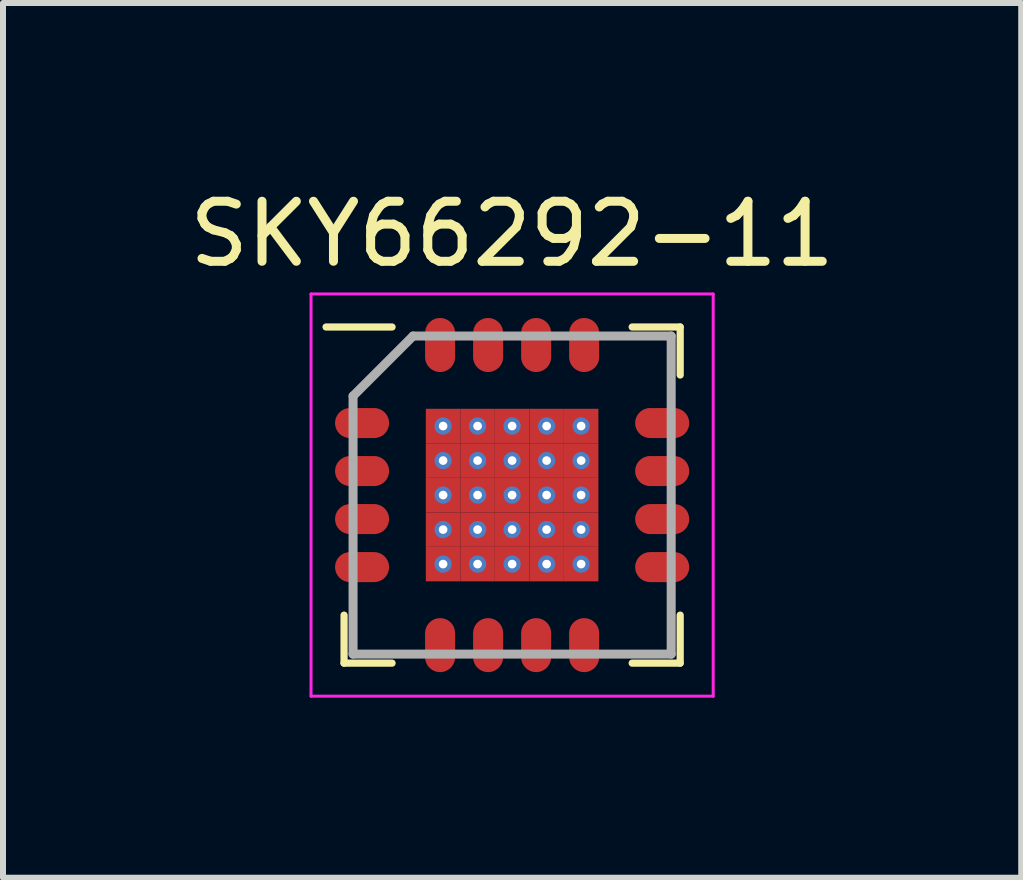
<source format=kicad_pcb>
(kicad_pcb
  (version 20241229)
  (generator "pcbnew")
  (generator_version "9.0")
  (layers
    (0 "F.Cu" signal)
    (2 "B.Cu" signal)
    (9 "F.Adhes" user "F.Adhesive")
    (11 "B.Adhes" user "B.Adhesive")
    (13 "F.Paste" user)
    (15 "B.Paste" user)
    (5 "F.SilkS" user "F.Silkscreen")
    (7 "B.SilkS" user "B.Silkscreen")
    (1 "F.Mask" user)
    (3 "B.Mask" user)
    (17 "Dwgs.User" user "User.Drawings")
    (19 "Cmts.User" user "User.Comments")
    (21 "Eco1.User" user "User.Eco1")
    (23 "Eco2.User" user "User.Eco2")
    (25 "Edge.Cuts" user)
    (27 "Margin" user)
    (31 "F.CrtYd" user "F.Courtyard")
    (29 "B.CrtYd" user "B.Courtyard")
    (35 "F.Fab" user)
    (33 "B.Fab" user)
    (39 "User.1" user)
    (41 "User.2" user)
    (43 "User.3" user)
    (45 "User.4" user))
  (footprint "SKY66292-11"
    (layer "F.Cu")
    (at 5.482 5.198)
    (property "Reference" "SKY66292-11" (at 0 -4.35 0) (layer "F.SilkS") (effects (font (size 1 1) (thickness 0.15))))
    (attr smd)
    (fp_line (start -2.8 2.8) (end -2.8 2) (stroke (width 0.12) (type solid)) (layer "F.SilkS"))
    (fp_line (start -2 -2.8) (end -3.1 -2.8) (stroke (width 0.12) (type solid)) (layer "F.SilkS"))
    (fp_line (start -2 2.8) (end -2.8 2.8) (stroke (width 0.12) (type solid)) (layer "F.SilkS"))
    (fp_line (start 2 -2.8) (end 2.8 -2.8) (stroke (width 0.12) (type solid)) (layer "F.SilkS"))
    (fp_line (start 2 2.8) (end 2.8 2.8) (stroke (width 0.12) (type solid)) (layer "F.SilkS"))
    (fp_line (start 2.8 -2.8) (end 2.8 -2) (stroke (width 0.12) (type solid)) (layer "F.SilkS"))
    (fp_line (start 2.8 2.8) (end 2.8 2) (stroke (width 0.12) (type solid)) (layer "F.SilkS"))
    (fp_line (start -3.35 -3.35) (end 3.35 -3.35) (stroke (width 0.05) (type solid)) (layer "F.CrtYd"))
    (fp_line (start -3.35 3.35) (end -3.35 -3.35) (stroke (width 0.05) (type solid)) (layer "F.CrtYd"))
    (fp_line (start 3.35 -3.35) (end 3.35 3.35) (stroke (width 0.05) (type solid)) (layer "F.CrtYd"))
    (fp_line (start 3.35 3.35) (end -3.35 3.35) (stroke (width 0.05) (type solid)) (layer "F.CrtYd"))
    (fp_line (start -2.65 -1.65) (end -2.65 2.65) (stroke (width 0.15) (type solid)) (layer "F.Fab"))
    (fp_line (start -2.65 2.65) (end 2.65 2.65) (stroke (width 0.15) (type solid)) (layer "F.Fab"))
    (fp_line (start -1.65 -2.65) (end -2.65 -1.65) (stroke (width 0.15) (type solid)) (layer "F.Fab"))
    (fp_line (start 2.65 -2.65) (end -1.65 -2.65) (stroke (width 0.15) (type solid)) (layer "F.Fab"))
    (fp_line (start 2.65 2.65) (end 2.65 -2.65) (stroke (width 0.15) (type solid)) (layer "F.Fab"))
    (pad "1" smd oval (at -2.5 -1.2 90) (size 0.5 0.9) (layers "F.Cu" "F.Mask" "F.Paste"))
    (pad "2" smd oval (at -2.5 -0.4 90) (size 0.5 0.9) (layers "F.Cu" "F.Mask" "F.Paste"))
    (pad "3" smd oval (at -2.5 0.4 90) (size 0.5 0.9) (layers "F.Cu" "F.Mask" "F.Paste"))
    (pad "4" smd oval (at -2.5 1.2 90) (size 0.5 0.9) (layers "F.Cu" "F.Mask" "F.Paste"))
    (pad "5" smd oval (at -1.2 2.5) (size 0.5 0.9) (layers "F.Cu" "F.Mask" "F.Paste"))
    (pad "6" smd oval (at -0.4 2.5) (size 0.5 0.9) (layers "F.Cu" "F.Mask" "F.Paste"))
    (pad "7" smd oval (at 0.4 2.5) (size 0.5 0.9) (layers "F.Cu" "F.Mask" "F.Paste"))
    (pad "8" smd oval (at 1.2 2.5) (size 0.5 0.9) (layers "F.Cu" "F.Mask" "F.Paste"))
    (pad "9" smd oval (at 2.5 1.2 90) (size 0.5 0.9) (layers "F.Cu" "F.Mask" "F.Paste"))
    (pad "10" smd oval (at 2.5 0.4 90) (size 0.5 0.9) (layers "F.Cu" "F.Mask" "F.Paste"))
    (pad "11" smd oval (at 2.5 -0.4 90) (size 0.5 0.9) (layers "F.Cu" "F.Mask" "F.Paste"))
    (pad "12" smd oval (at 2.5 -1.2 90) (size 0.5 0.9) (layers "F.Cu" "F.Mask" "F.Paste"))
    (pad "13" smd oval (at 1.2 -2.5) (size 0.5 0.9) (layers "F.Cu" "F.Mask" "F.Paste"))
    (pad "14" smd oval (at 0.4 -2.5) (size 0.5 0.9) (layers "F.Cu" "F.Mask" "F.Paste"))
    (pad "15" smd oval (at -0.4 -2.5) (size 0.5 0.9) (layers "F.Cu" "F.Mask" "F.Paste"))
    (pad "16" smd oval (at -1.2 -2.5) (size 0.5 0.9) (layers "F.Cu" "F.Mask" "F.Paste"))
    (pad "17" thru_hole circle (at -1.15 -1.15) (size 0.287 0.287) (drill 0.144) (layers "*.Cu" "*.Mask"))
    (pad "17" smd rect (at -1.15 -1.15) (size 0.575 0.575) (layers "F.Cu" "F.Mask" "F.Paste"))
    (pad "17" thru_hole circle (at -1.15 -0.575) (size 0.287 0.287) (drill 0.144) (layers "*.Cu" "*.Mask"))
    (pad "17" smd rect (at -1.15 -0.575) (size 0.575 0.575) (layers "F.Cu" "F.Mask" "F.Paste"))
    (pad "17" thru_hole circle (at -1.15 0) (size 0.287 0.287) (drill 0.144) (layers "*.Cu" "*.Mask"))
    (pad "17" smd rect (at -1.15 0) (size 0.575 0.575) (layers "F.Cu" "F.Mask" "F.Paste"))
    (pad "17" thru_hole circle (at -1.15 0.575) (size 0.287 0.287) (drill 0.144) (layers "*.Cu" "*.Mask"))
    (pad "17" smd rect (at -1.15 0.575) (size 0.575 0.575) (layers "F.Cu" "F.Mask" "F.Paste"))
    (pad "17" thru_hole circle (at -1.15 1.15) (size 0.287 0.287) (drill 0.144) (layers "*.Cu" "*.Mask"))
    (pad "17" smd rect (at -1.15 1.15) (size 0.575 0.575) (layers "F.Cu" "F.Mask" "F.Paste"))
    (pad "17" thru_hole circle (at -0.575 -1.15) (size 0.287 0.287) (drill 0.144) (layers "*.Cu" "*.Mask"))
    (pad "17" smd rect (at -0.575 -1.15) (size 0.575 0.575) (layers "F.Cu" "F.Mask" "F.Paste"))
    (pad "17" thru_hole circle (at -0.575 -0.575) (size 0.287 0.287) (drill 0.144) (layers "*.Cu" "*.Mask"))
    (pad "17" smd rect (at -0.575 -0.575) (size 0.575 0.575) (layers "F.Cu" "F.Mask" "F.Paste"))
    (pad "17" thru_hole circle (at -0.575 0) (size 0.287 0.287) (drill 0.144) (layers "*.Cu" "*.Mask"))
    (pad "17" smd rect (at -0.575 0) (size 0.575 0.575) (layers "F.Cu" "F.Mask" "F.Paste"))
    (pad "17" thru_hole circle (at -0.575 0.575) (size 0.287 0.287) (drill 0.144) (layers "*.Cu" "*.Mask"))
    (pad "17" smd rect (at -0.575 0.575) (size 0.575 0.575) (layers "F.Cu" "F.Mask" "F.Paste"))
    (pad "17" thru_hole circle (at -0.575 1.15) (size 0.287 0.287) (drill 0.144) (layers "*.Cu" "*.Mask"))
    (pad "17" smd rect (at -0.575 1.15) (size 0.575 0.575) (layers "F.Cu" "F.Mask" "F.Paste"))
    (pad "17" thru_hole circle (at 0 -1.15) (size 0.287 0.287) (drill 0.144) (layers "*.Cu" "*.Mask"))
    (pad "17" smd rect (at 0 -1.15) (size 0.575 0.575) (layers "F.Cu" "F.Mask" "F.Paste"))
    (pad "17" thru_hole circle (at 0 -0.575) (size 0.287 0.287) (drill 0.144) (layers "*.Cu" "*.Mask"))
    (pad "17" smd rect (at 0 -0.575) (size 0.575 0.575) (layers "F.Cu" "F.Mask" "F.Paste"))
    (pad "17" thru_hole circle (at 0 0) (size 0.287 0.287) (drill 0.144) (layers "*.Cu" "*.Mask"))
    (pad "17" smd rect (at 0 0) (size 0.575 0.575) (layers "F.Cu" "F.Mask" "F.Paste"))
    (pad "17" thru_hole circle (at 0 0.575) (size 0.287 0.287) (drill 0.144) (layers "*.Cu" "*.Mask"))
    (pad "17" smd rect (at 0 0.575) (size 0.575 0.575) (layers "F.Cu" "F.Mask" "F.Paste"))
    (pad "17" thru_hole circle (at 0 1.15) (size 0.287 0.287) (drill 0.144) (layers "*.Cu" "*.Mask"))
    (pad "17" smd rect (at 0 1.15) (size 0.575 0.575) (layers "F.Cu" "F.Mask" "F.Paste"))
    (pad "17" thru_hole circle (at 0.575 -1.15) (size 0.287 0.287) (drill 0.144) (layers "*.Cu" "*.Mask"))
    (pad "17" smd rect (at 0.575 -1.15) (size 0.575 0.575) (layers "F.Cu" "F.Mask" "F.Paste"))
    (pad "17" thru_hole circle (at 0.575 -0.575) (size 0.287 0.287) (drill 0.144) (layers "*.Cu" "*.Mask"))
    (pad "17" smd rect (at 0.575 -0.575) (size 0.575 0.575) (layers "F.Cu" "F.Mask" "F.Paste"))
    (pad "17" thru_hole circle (at 0.575 0) (size 0.287 0.287) (drill 0.144) (layers "*.Cu" "*.Mask"))
    (pad "17" smd rect (at 0.575 0) (size 0.575 0.575) (layers "F.Cu" "F.Mask" "F.Paste"))
    (pad "17" thru_hole circle (at 0.575 0.575) (size 0.287 0.287) (drill 0.144) (layers "*.Cu" "*.Mask"))
    (pad "17" smd rect (at 0.575 0.575) (size 0.575 0.575) (layers "F.Cu" "F.Mask" "F.Paste"))
    (pad "17" thru_hole circle (at 0.575 1.15) (size 0.287 0.287) (drill 0.144) (layers "*.Cu" "*.Mask"))
    (pad "17" smd rect (at 0.575 1.15) (size 0.575 0.575) (layers "F.Cu" "F.Mask" "F.Paste"))
    (pad "17" thru_hole circle (at 1.15 -1.15) (size 0.287 0.287) (drill 0.144) (layers "*.Cu" "*.Mask"))
    (pad "17" smd rect (at 1.15 -1.15) (size 0.575 0.575) (layers "F.Cu" "F.Mask" "F.Paste"))
    (pad "17" thru_hole circle (at 1.15 -0.575) (size 0.287 0.287) (drill 0.144) (layers "*.Cu" "*.Mask"))
    (pad "17" smd rect (at 1.15 -0.575) (size 0.575 0.575) (layers "F.Cu" "F.Mask" "F.Paste"))
    (pad "17" thru_hole circle (at 1.15 0) (size 0.287 0.287) (drill 0.144) (layers "*.Cu" "*.Mask"))
    (pad "17" smd rect (at 1.15 0) (size 0.575 0.575) (layers "F.Cu" "F.Mask" "F.Paste"))
    (pad "17" thru_hole circle (at 1.15 0.575) (size 0.287 0.287) (drill 0.144) (layers "*.Cu" "*.Mask"))
    (pad "17" smd rect (at 1.15 0.575) (size 0.575 0.575) (layers "F.Cu" "F.Mask" "F.Paste"))
    (pad "17" thru_hole circle (at 1.15 1.15) (size 0.287 0.287) (drill 0.144) (layers "*.Cu" "*.Mask"))
    (pad "17" smd rect (at 1.15 1.15) (size 0.575 0.575) (layers "F.Cu" "F.Mask" "F.Paste")))
  (gr_rect
    (start -3 -3)
    (end 13.964 11.573)
    (stroke (width 0.1) (type default))
    (fill no)
    (layer "Edge.Cuts")))
</source>
